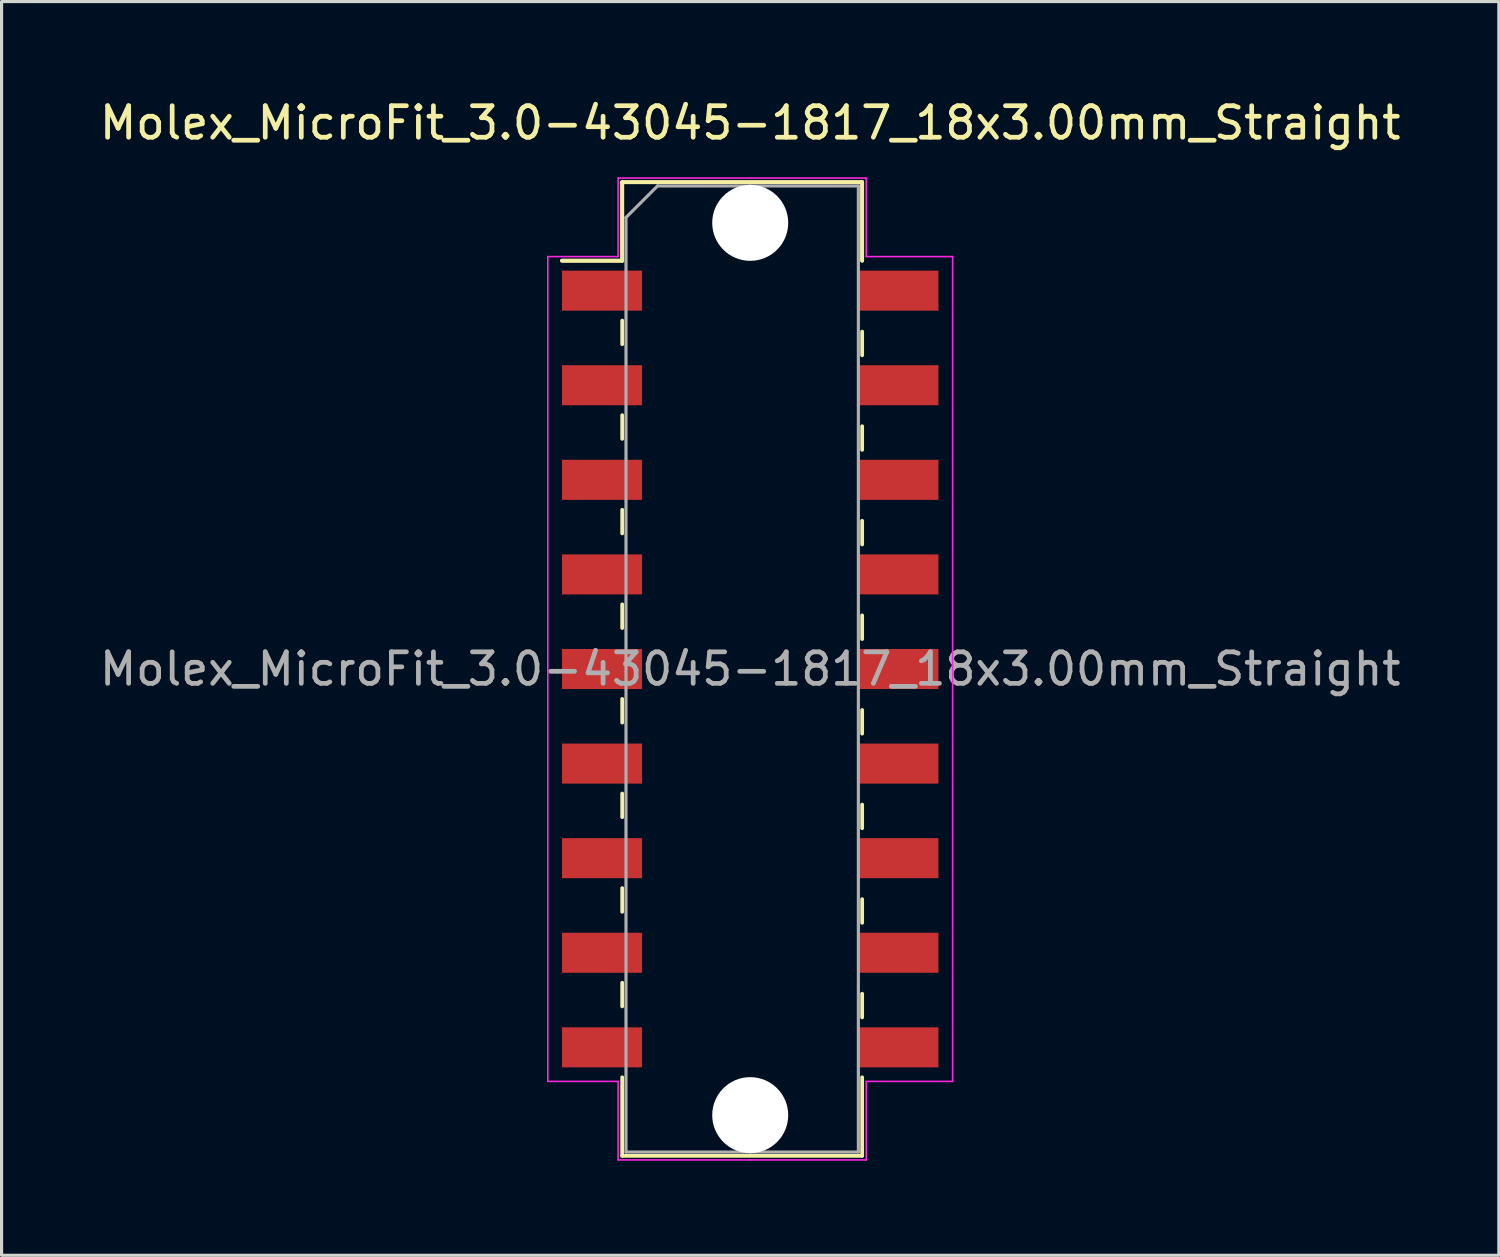
<source format=kicad_pcb>
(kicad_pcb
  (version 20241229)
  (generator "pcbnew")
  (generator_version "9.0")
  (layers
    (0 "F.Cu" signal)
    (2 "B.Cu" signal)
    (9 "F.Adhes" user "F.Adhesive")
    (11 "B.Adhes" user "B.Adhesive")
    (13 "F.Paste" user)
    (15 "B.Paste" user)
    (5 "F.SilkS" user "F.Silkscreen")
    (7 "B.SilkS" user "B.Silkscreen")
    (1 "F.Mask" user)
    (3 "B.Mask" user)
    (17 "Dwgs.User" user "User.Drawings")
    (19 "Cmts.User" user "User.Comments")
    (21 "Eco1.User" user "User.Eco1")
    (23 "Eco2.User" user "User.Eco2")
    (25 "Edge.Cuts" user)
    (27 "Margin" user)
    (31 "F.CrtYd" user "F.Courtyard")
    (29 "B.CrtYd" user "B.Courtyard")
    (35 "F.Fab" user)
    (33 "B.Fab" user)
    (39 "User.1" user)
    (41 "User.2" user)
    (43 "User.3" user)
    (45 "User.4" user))
  (footprint "Molex_MicroFit_3.0-43045-1817_18x3.00mm_Straight"
    (layer "F.Cu")
    (at 20.744 18.168)
    (property "Reference" "Molex_MicroFit_3.0-43045-1817_18x3.00mm_Straight" (at 0 -17.32 0) (layer "F.SilkS") (effects (font (size 1 1) (thickness 0.15))))
    (attr smd)
    (fp_line (start -5.97 -12.95) (end -4.06 -12.95) (stroke (width 0.12) (type solid)) (layer "F.SilkS"))
    (fp_line (start -5.97 -12.95) (end -4.06 -12.95) (stroke (width 0.12) (type solid)) (layer "F.SilkS"))
    (fp_line (start -4.06 -15.44) (end 3.55 -15.44) (stroke (width 0.12) (type solid)) (layer "F.SilkS"))
    (fp_line (start -4.06 -15.44) (end 3.55 -15.44) (stroke (width 0.12) (type solid)) (layer "F.SilkS"))
    (fp_line (start -4.06 -12.95) (end -4.06 -15.44) (stroke (width 0.12) (type solid)) (layer "F.SilkS"))
    (fp_line (start -4.06 -12.95) (end -4.06 -15.44) (stroke (width 0.12) (type solid)) (layer "F.SilkS"))
    (fp_line (start -4.06 -11.05) (end -4.06 -10.3) (stroke (width 0.12) (type solid)) (layer "F.SilkS"))
    (fp_line (start -4.06 -8.05) (end -4.06 -7.3) (stroke (width 0.12) (type solid)) (layer "F.SilkS"))
    (fp_line (start -4.06 -5.05) (end -4.06 -4.3) (stroke (width 0.12) (type solid)) (layer "F.SilkS"))
    (fp_line (start -4.06 -2.05) (end -4.06 -1.3) (stroke (width 0.12) (type solid)) (layer "F.SilkS"))
    (fp_line (start -4.06 0.95) (end -4.06 1.7) (stroke (width 0.12) (type solid)) (layer "F.SilkS"))
    (fp_line (start -4.06 3.95) (end -4.06 4.7) (stroke (width 0.12) (type solid)) (layer "F.SilkS"))
    (fp_line (start -4.06 6.95) (end -4.06 7.7) (stroke (width 0.12) (type solid)) (layer "F.SilkS"))
    (fp_line (start -4.06 9.95) (end -4.06 10.7) (stroke (width 0.12) (type solid)) (layer "F.SilkS"))
    (fp_line (start -4.06 15.44) (end -4.06 12.95) (stroke (width 0.12) (type solid)) (layer "F.SilkS"))
    (fp_line (start 3.55 -15.44) (end 3.55 -12.95) (stroke (width 0.12) (type solid)) (layer "F.SilkS"))
    (fp_line (start 3.55 -15.44) (end 3.55 -12.95) (stroke (width 0.12) (type solid)) (layer "F.SilkS"))
    (fp_line (start 3.55 -9.95) (end 3.55 -10.7) (stroke (width 0.12) (type solid)) (layer "F.SilkS"))
    (fp_line (start 3.55 -6.95) (end 3.55 -7.7) (stroke (width 0.12) (type solid)) (layer "F.SilkS"))
    (fp_line (start 3.55 -3.95) (end 3.55 -4.7) (stroke (width 0.12) (type solid)) (layer "F.SilkS"))
    (fp_line (start 3.55 -0.95) (end 3.55 -1.7) (stroke (width 0.12) (type solid)) (layer "F.SilkS"))
    (fp_line (start 3.55 2.05) (end 3.55 1.3) (stroke (width 0.12) (type solid)) (layer "F.SilkS"))
    (fp_line (start 3.55 5.05) (end 3.55 4.3) (stroke (width 0.12) (type solid)) (layer "F.SilkS"))
    (fp_line (start 3.55 8.05) (end 3.55 7.3) (stroke (width 0.12) (type solid)) (layer "F.SilkS"))
    (fp_line (start 3.55 11.05) (end 3.55 10.3) (stroke (width 0.12) (type solid)) (layer "F.SilkS"))
    (fp_line (start 3.55 12.95) (end 3.55 15.44) (stroke (width 0.12) (type solid)) (layer "F.SilkS"))
    (fp_line (start 3.55 15.44) (end -4.06 15.44) (stroke (width 0.12) (type solid)) (layer "F.SilkS"))
    (fp_line (start -6.42 -13.08) (end -4.19 -13.08) (stroke (width 0.05) (type solid)) (layer "F.CrtYd"))
    (fp_line (start -6.42 13.08) (end -6.42 -13.08) (stroke (width 0.05) (type solid)) (layer "F.CrtYd"))
    (fp_line (start -4.19 -15.57) (end 0 -15.57) (stroke (width 0.05) (type solid)) (layer "F.CrtYd"))
    (fp_line (start -4.19 -13.08) (end -4.19 -15.57) (stroke (width 0.05) (type solid)) (layer "F.CrtYd"))
    (fp_line (start -4.19 13.08) (end -6.42 13.08) (stroke (width 0.05) (type solid)) (layer "F.CrtYd"))
    (fp_line (start -4.19 15.57) (end -4.19 13.08) (stroke (width 0.05) (type solid)) (layer "F.CrtYd"))
    (fp_line (start 0 -15.57) (end 3.68 -15.57) (stroke (width 0.05) (type solid)) (layer "F.CrtYd"))
    (fp_line (start 0 15.57) (end -4.19 15.57) (stroke (width 0.05) (type solid)) (layer "F.CrtYd"))
    (fp_line (start 3.68 -15.57) (end 3.68 -13.08) (stroke (width 0.05) (type solid)) (layer "F.CrtYd"))
    (fp_line (start 3.68 -13.08) (end 6.42 -13.08) (stroke (width 0.05) (type solid)) (layer "F.CrtYd"))
    (fp_line (start 3.68 13.08) (end 3.68 15.57) (stroke (width 0.05) (type solid)) (layer "F.CrtYd"))
    (fp_line (start 3.68 15.57) (end 0 15.57) (stroke (width 0.05) (type solid)) (layer "F.CrtYd"))
    (fp_line (start 6.42 -13.08) (end 6.42 13.08) (stroke (width 0.05) (type solid)) (layer "F.CrtYd"))
    (fp_line (start 6.42 13.08) (end 3.68 13.08) (stroke (width 0.05) (type solid)) (layer "F.CrtYd"))
    (fp_line (start -3.94 -14.32) (end -2.94 -15.32) (stroke (width 0.1) (type solid)) (layer "F.Fab"))
    (fp_line (start -3.94 15.32) (end -3.94 -14.32) (stroke (width 0.1) (type solid)) (layer "F.Fab"))
    (fp_line (start -2.94 -15.32) (end 0 -15.32) (stroke (width 0.1) (type solid)) (layer "F.Fab"))
    (fp_line (start 0 -15.32) (end 3.43 -15.32) (stroke (width 0.1) (type solid)) (layer "F.Fab"))
    (fp_line (start 0 15.32) (end -3.94 15.32) (stroke (width 0.1) (type solid)) (layer "F.Fab"))
    (fp_line (start 3.43 -15.32) (end 3.43 15.32) (stroke (width 0.1) (type solid)) (layer "F.Fab"))
    (fp_line (start 3.43 15.32) (end 0 15.32) (stroke (width 0.1) (type solid)) (layer "F.Fab"))
    (fp_text user "${REFERENCE}" (at 0 0 0) (layer "F.Fab") (effects (font (size 1 1) (thickness 0.15))))
    (pad "" np_thru_hole circle (at 0 -14.15) (size 2.41 2.41) (drill 2.41) (layers "*.Cu"))
    (pad "" np_thru_hole circle (at 0 14.15) (size 2.41 2.41) (drill 2.41) (layers "*.Cu"))
    (pad "1" smd rect (at -4.7 -12) (size 2.54 1.27) (layers "F.Cu" "F.Mask" "F.Paste"))
    (pad "2" smd rect (at -4.7 -9) (size 2.54 1.27) (layers "F.Cu" "F.Mask" "F.Paste"))
    (pad "3" smd rect (at -4.7 -6) (size 2.54 1.27) (layers "F.Cu" "F.Mask" "F.Paste"))
    (pad "4" smd rect (at -4.7 -3) (size 2.54 1.27) (layers "F.Cu" "F.Mask" "F.Paste"))
    (pad "5" smd rect (at -4.7 0) (size 2.54 1.27) (layers "F.Cu" "F.Mask" "F.Paste"))
    (pad "6" smd rect (at -4.7 3) (size 2.54 1.27) (layers "F.Cu" "F.Mask" "F.Paste"))
    (pad "7" smd rect (at -4.7 6) (size 2.54 1.27) (layers "F.Cu" "F.Mask" "F.Paste"))
    (pad "8" smd rect (at -4.7 9) (size 2.54 1.27) (layers "F.Cu" "F.Mask" "F.Paste"))
    (pad "9" smd rect (at -4.7 12) (size 2.54 1.27) (layers "F.Cu" "F.Mask" "F.Paste"))
    (pad "10" smd rect (at 4.7 12) (size 2.54 1.27) (layers "F.Cu" "F.Mask" "F.Paste"))
    (pad "11" smd rect (at 4.7 9) (size 2.54 1.27) (layers "F.Cu" "F.Mask" "F.Paste"))
    (pad "12" smd rect (at 4.7 6) (size 2.54 1.27) (layers "F.Cu" "F.Mask" "F.Paste"))
    (pad "13" smd rect (at 4.7 3) (size 2.54 1.27) (layers "F.Cu" "F.Mask" "F.Paste"))
    (pad "14" smd rect (at 4.7 0) (size 2.54 1.27) (layers "F.Cu" "F.Mask" "F.Paste"))
    (pad "15" smd rect (at 4.7 -3) (size 2.54 1.27) (layers "F.Cu" "F.Mask" "F.Paste"))
    (pad "16" smd rect (at 4.7 -6) (size 2.54 1.27) (layers "F.Cu" "F.Mask" "F.Paste"))
    (pad "17" smd rect (at 4.7 -9) (size 2.54 1.27) (layers "F.Cu" "F.Mask" "F.Paste"))
    (pad "18" smd rect (at 4.7 -12) (size 2.54 1.27) (layers "F.Cu" "F.Mask" "F.Paste")))
  (gr_rect
    (start -3 -3)
    (end 44.488 36.763)
    (stroke (width 0.1) (type default))
    (fill no)
    (layer "Edge.Cuts")))
</source>
